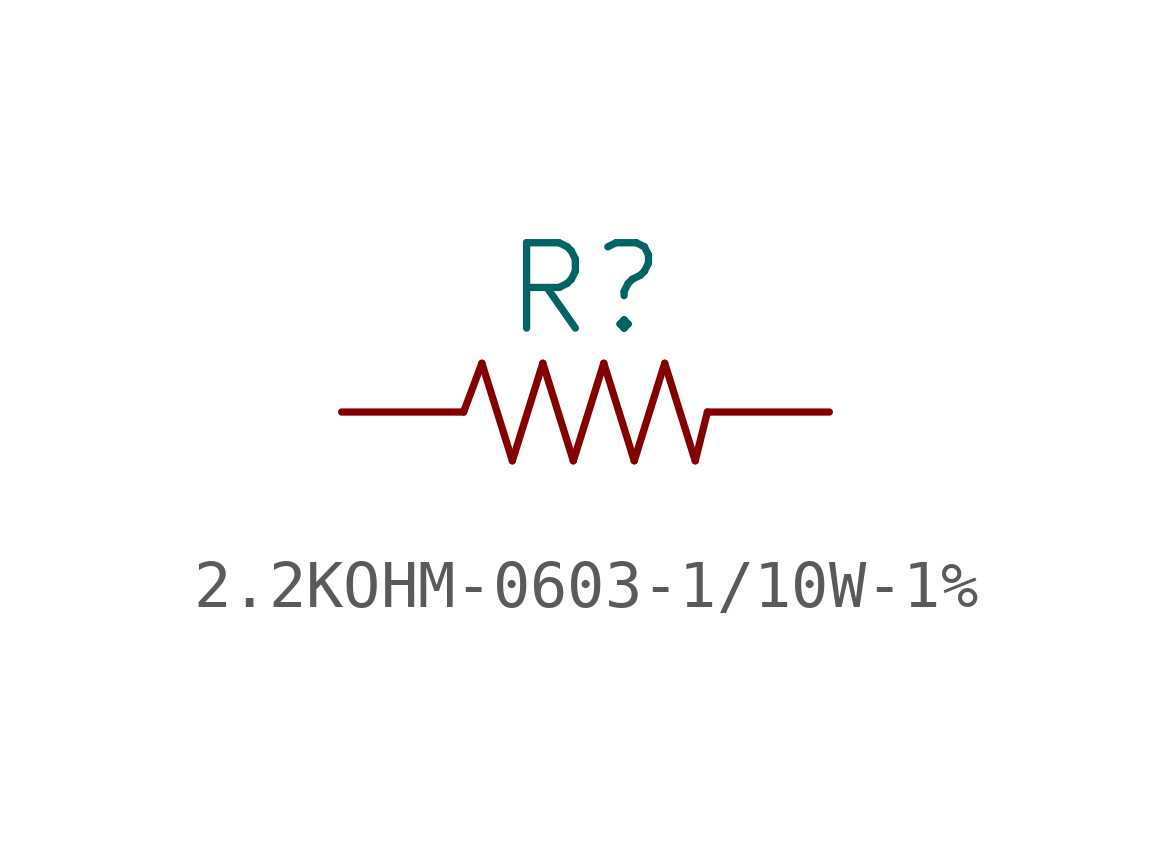
<source format=kicad_sym>
(kicad_symbol_lib
  (version 20220914)
  (generator kicad_symbol_editor)
  (symbol "2.2KOHM-0603-1/10W-1%"
    (property "Reference" "R"
      (at 0 1.524 0)
      (effects (font (size 1.778 1.778)) (justify bottom)))
    (property "Value" ""
      (at 0 -1.524 0)
      (effects (font (size 1.778 1.778)) (justify top)))
    (property "ki_locked" ""
      (at 0 0 0)
      (effects (font (size 1.27 1.27))))
    (symbol "2.2KOHM-0603-1/10W-1%_1_0"
      (polyline (pts (xy -2.54 0) (xy -2.159 1.016)) (stroke (width 0.152) (type solid)) (fill (type none)))
      (polyline (pts (xy -2.159 1.016) (xy -1.524 -1.016)) (stroke (width 0.152) (type solid)) (fill (type none)))
      (polyline (pts (xy -1.524 -1.016) (xy -0.889 1.016)) (stroke (width 0.152) (type solid)) (fill (type none)))
      (polyline (pts (xy -0.889 1.016) (xy -0.254 -1.016)) (stroke (width 0.152) (type solid)) (fill (type none)))
      (polyline (pts (xy -0.254 -1.016) (xy 0.381 1.016)) (stroke (width 0.152) (type solid)) (fill (type none)))
      (polyline (pts (xy 0.381 1.016) (xy 1.016 -1.016)) (stroke (width 0.152) (type solid)) (fill (type none)))
      (polyline (pts (xy 1.016 -1.016) (xy 1.651 1.016)) (stroke (width 0.152) (type solid)) (fill (type none)))
      (polyline (pts (xy 1.651 1.016) (xy 2.286 -1.016)) (stroke (width 0.152) (type solid)) (fill (type none)))
      (polyline (pts (xy 2.286 -1.016) (xy 2.54 0)) (stroke (width 0.152) (type solid)) (fill (type none)))
      (pin passive line (at -5.08 0 0) (length 2.54) (name "1" (effects (font (size 0 0)))) (number "1" (effects (font (size 0 0)))))
      (pin passive line (at 5.08 0 180) (length 2.54) (name "2" (effects (font (size 0 0)))) (number "2" (effects (font (size 0 0))))))))
</source>
